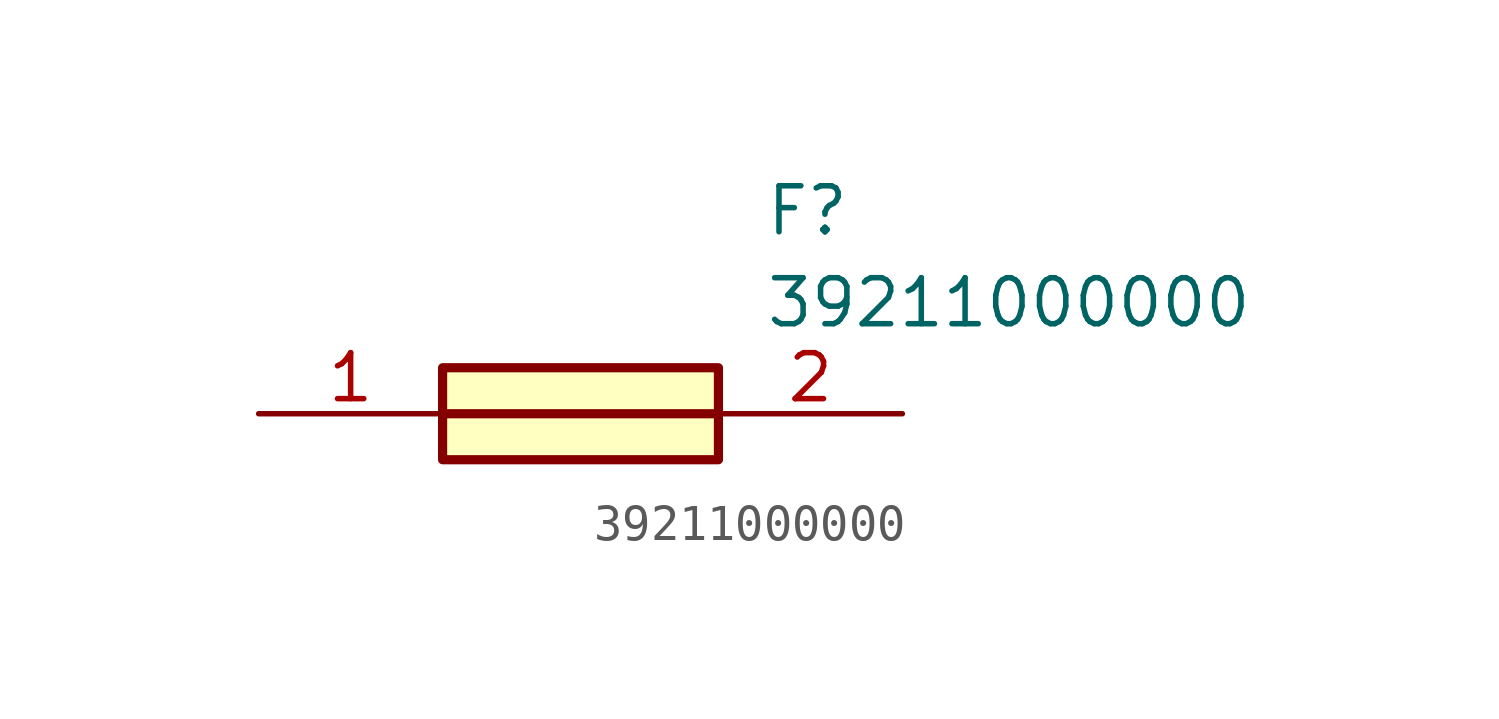
<source format=kicad_sym>
(kicad_symbol_lib
  (version 20211014)
  (generator SamacSys_ECAD_Model)
  (symbol "39211000000"
    (pin_names hide)
    (property "Reference" "F"
      (at 13.97 6.35 0)
      (effects (font (size 1.27 1.27)) (justify left top)))
    (property "Value" "39211000000"
      (at 13.97 3.81 0)
      (effects (font (size 1.27 1.27)) (justify left top)))
    (rectangle
      (start 5.08 1.27)
      (end 12.7 -1.27)
      (stroke (width 0.254) (type default))
      (fill (type background)))
    (polyline
      (pts (xy 5.08 0) (xy 12.7 0))
      (stroke (width 0.254) (type default))
      (fill (type none)))
    (pin passive line
      (at 0 0 0)
      (length 5.08)
      (name "1" (effects (font (size 1.27 1.27))))
      (number "1" (effects (font (size 1.27 1.27)))))
    (pin passive line
      (at 17.78 0 180)
      (length 5.08)
      (name "2" (effects (font (size 1.27 1.27))))
      (number "2" (effects (font (size 1.27 1.27)))))))
</source>
